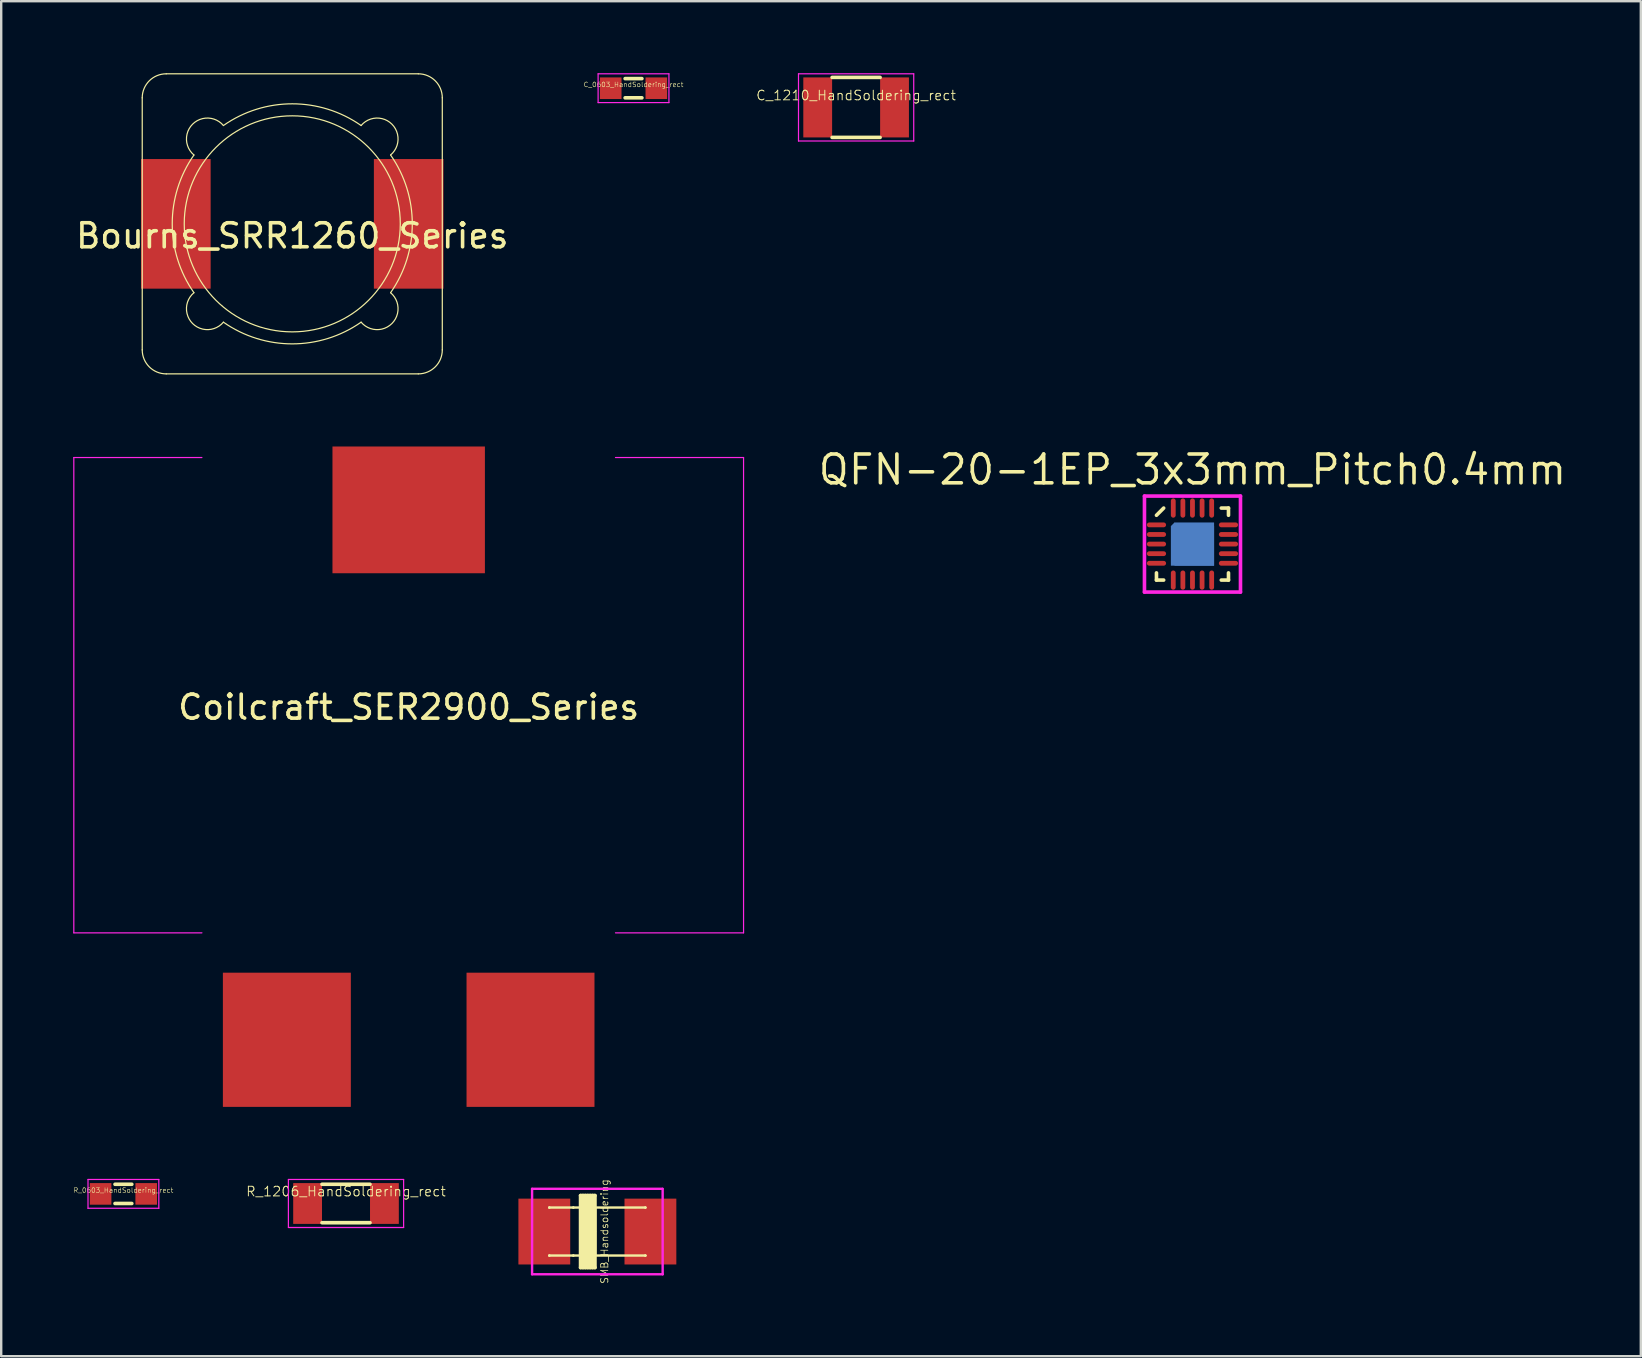
<source format=kicad_pcb>
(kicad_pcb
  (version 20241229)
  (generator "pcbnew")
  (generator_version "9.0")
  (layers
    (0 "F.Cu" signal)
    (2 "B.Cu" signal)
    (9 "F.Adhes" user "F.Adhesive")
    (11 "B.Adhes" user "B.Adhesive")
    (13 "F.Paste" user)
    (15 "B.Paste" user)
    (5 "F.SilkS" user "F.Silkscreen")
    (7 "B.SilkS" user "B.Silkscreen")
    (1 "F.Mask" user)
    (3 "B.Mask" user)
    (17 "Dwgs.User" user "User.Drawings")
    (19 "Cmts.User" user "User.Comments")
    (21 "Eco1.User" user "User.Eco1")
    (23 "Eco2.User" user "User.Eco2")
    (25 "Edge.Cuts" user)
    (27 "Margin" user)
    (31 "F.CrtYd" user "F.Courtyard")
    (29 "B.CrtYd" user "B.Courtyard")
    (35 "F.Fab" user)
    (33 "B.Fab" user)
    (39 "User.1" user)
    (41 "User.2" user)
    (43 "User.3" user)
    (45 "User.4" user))
  (footprint "C_0603_HandSoldering_rect"
    (layer "F.Cu")
    (at 23.341 0.625)
    (property "Reference" "C_0603_HandSoldering_rect" (at 0 -0.15 0) (layer "F.SilkS") (effects (font (size 0.2 0.2) (thickness 0.02))))
    (attr smd)
    (fp_line (start -0.35 -0.4) (end 0.35 -0.4) (stroke (width 0.15) (type solid)) (layer "F.SilkS"))
    (fp_line (start 0.35 0.4) (end -0.35 0.4) (stroke (width 0.15) (type solid)) (layer "F.SilkS"))
    (fp_line (start -1.475 -0.6) (end -1.475 0.6) (stroke (width 0.05) (type solid)) (layer "F.CrtYd"))
    (fp_line (start -1.475 -0.6) (end 1.475 -0.6) (stroke (width 0.05) (type solid)) (layer "F.CrtYd"))
    (fp_line (start -1.475 0.6) (end 1.475 0.6) (stroke (width 0.05) (type solid)) (layer "F.CrtYd"))
    (fp_line (start 1.475 -0.6) (end 1.475 0.6) (stroke (width 0.05) (type solid)) (layer "F.CrtYd"))
    (pad "1" smd rect (at -0.95 0) (size 0.9 0.9) (layers "F.Cu" "F.Mask" "F.Paste"))
    (pad "2" smd rect (at 0.95 0) (size 0.9 0.9) (layers "F.Cu" "F.Mask" "F.Paste")))
  (footprint "QFN-20-1EP_3x3mm_Pitch0.4mm"
    (layer "F.Cu")
    (at 46.626 19.615)
    (property "Reference" "QFN-20-1EP_3x3mm_Pitch0.4mm" (at 0 -3.1 0) (layer "F.SilkS") (effects (font (size 1.2 1.2) (thickness 0.15))))
    (attr through_hole)
    (fp_line (start -0.925 -0.8) (end -0.8 -0.925) (stroke (width 0.05) (type solid)) (layer "F.Mask"))
    (fp_line (start -0.875 -0.8) (end -0.8 -0.875) (stroke (width 0.05) (type solid)) (layer "F.Mask"))
    (fp_line (start -1.5 -1.2) (end -1.2 -1.5) (stroke (width 0.15) (type solid)) (layer "F.SilkS"))
    (fp_line (start -1.5 1.5) (end -1.5 1.2) (stroke (width 0.15) (type solid)) (layer "F.SilkS"))
    (fp_line (start -1.2 1.5) (end -1.5 1.5) (stroke (width 0.15) (type solid)) (layer "F.SilkS"))
    (fp_line (start 1.2 -1.5) (end 1.5 -1.5) (stroke (width 0.15) (type solid)) (layer "F.SilkS"))
    (fp_line (start 1.2 1.5) (end 1.5 1.5) (stroke (width 0.15) (type solid)) (layer "F.SilkS"))
    (fp_line (start 1.5 -1.5) (end 1.5 -1.2) (stroke (width 0.15) (type solid)) (layer "F.SilkS"))
    (fp_line (start 1.5 1.5) (end 1.5 1.2) (stroke (width 0.15) (type solid)) (layer "F.SilkS"))
    (fp_line (start -2 -2) (end 2 -2) (stroke (width 0.15) (type solid)) (layer "F.CrtYd"))
    (fp_line (start -2 2) (end -2 -2) (stroke (width 0.15) (type solid)) (layer "F.CrtYd"))
    (fp_line (start 2 -2) (end 2 2) (stroke (width 0.15) (type solid)) (layer "F.CrtYd"))
    (fp_line (start 2 2) (end -2 2) (stroke (width 0.15) (type solid)) (layer "F.CrtYd"))
    (pad "1" smd oval (at -1.5 -0.8 90) (size 0.2 0.8) (layers "F.Cu" "F.Mask" "F.Paste"))
    (pad "2" smd oval (at -1.5 -0.4 90) (size 0.2 0.8) (layers "F.Cu" "F.Mask" "F.Paste"))
    (pad "3" smd oval (at -1.5 0 90) (size 0.2 0.8) (layers "F.Cu" "F.Mask" "F.Paste"))
    (pad "4" smd oval (at -1.5 0.4 90) (size 0.2 0.8) (layers "F.Cu" "F.Mask" "F.Paste"))
    (pad "5" smd oval (at -1.5 0.8 90) (size 0.2 0.8) (layers "F.Cu" "F.Mask" "F.Paste"))
    (pad "6" smd oval (at -0.8 1.5) (size 0.2 0.8) (layers "F.Cu" "F.Mask" "F.Paste"))
    (pad "7" smd oval (at -0.4 1.5) (size 0.2 0.8) (layers "F.Cu" "F.Mask" "F.Paste"))
    (pad "8" smd oval (at 0 1.5) (size 0.2 0.8) (layers "F.Cu" "F.Mask" "F.Paste"))
    (pad "9" smd oval (at 0.4 1.5) (size 0.2 0.8) (layers "F.Cu" "F.Mask" "F.Paste"))
    (pad "10" smd oval (at 0.8 1.5) (size 0.2 0.8) (layers "F.Cu" "F.Mask" "F.Paste"))
    (pad "11" smd oval (at 1.5 0.8 90) (size 0.2 0.8) (layers "F.Cu" "F.Mask" "F.Paste"))
    (pad "12" smd oval (at 1.5 0.4 90) (size 0.2 0.8) (layers "F.Cu" "F.Mask" "F.Paste"))
    (pad "13" smd oval (at 1.5 0 90) (size 0.2 0.8) (layers "F.Cu" "F.Mask" "F.Paste"))
    (pad "14" smd oval (at 1.5 -0.4 90) (size 0.2 0.8) (layers "F.Cu" "F.Mask" "F.Paste"))
    (pad "15" smd oval (at 1.5 -0.8 90) (size 0.2 0.8) (layers "F.Cu" "F.Mask" "F.Paste"))
    (pad "16" smd oval (at 0.8 -1.5) (size 0.2 0.8) (layers "F.Cu" "F.Mask" "F.Paste"))
    (pad "17" smd oval (at 0.4 -1.5) (size 0.2 0.8) (layers "F.Cu" "F.Mask" "F.Paste"))
    (pad "18" smd oval (at 0 -1.5) (size 0.2 0.8) (layers "F.Cu" "F.Mask" "F.Paste"))
    (pad "19" smd oval (at -0.4 -1.5) (size 0.2 0.8) (layers "F.Cu" "F.Mask" "F.Paste"))
    (pad "20" smd oval (at -0.8 -1.5) (size 0.2 0.8) (layers "F.Cu" "F.Mask" "F.Paste"))
    (pad "PAD" smd rect (at -0.75 -0.75 45) (size 0.212 0.212) (layers "F.Mask" "B.Cu" "F.Paste"))
    (pad "PAD" smd rect (at 0 0.075) (size 1.8 1.65) (layers "F.Mask" "B.Cu" "F.Paste"))
    (pad "PAD" smd rect (at 0.075 0) (size 1.65 1.8) (layers "F.Mask" "B.Cu" "F.Paste")))
  (footprint "Coilcraft_SER2900_Series"
    (layer "F.Cu")
    (at 13.975 25.91)
    (property "Reference" "Coilcraft_SER2900_Series" (at 0 0.5 0) (layer "F.SilkS") (effects (font (size 1 1) (thickness 0.15))))
    (attr through_hole)
    (fp_line (start -13.95 -9.9) (end -13.95 9.9) (stroke (width 0.05) (type solid)) (layer "F.CrtYd"))
    (fp_line (start -13.95 -9.9) (end -8.615 -9.9) (stroke (width 0.05) (type solid)) (layer "F.CrtYd"))
    (fp_line (start -13.95 9.9) (end -8.615 9.9) (stroke (width 0.05) (type solid)) (layer "F.CrtYd"))
    (fp_line (start 13.95 -9.9) (end 8.615 -9.9) (stroke (width 0.05) (type solid)) (layer "F.CrtYd"))
    (fp_line (start 13.95 -9.9) (end 13.95 9.9) (stroke (width 0.05) (type solid)) (layer "F.CrtYd"))
    (fp_line (start 13.95 9.9) (end 8.615 9.9) (stroke (width 0.05) (type solid)) (layer "F.CrtYd"))
    (pad "1" smd rect (at -5.075 14.355) (size 5.33 5.59) (layers "F.Cu" "F.Mask" "F.Paste"))
    (pad "1" smd rect (at 5.075 14.355) (size 5.33 5.59) (layers "F.Cu" "F.Mask" "F.Paste"))
    (pad "3" smd rect (at 0 -7.72) (size 6.35 5.28) (layers "F.Cu" "F.Mask" "F.Paste")))
  (footprint "R_0603_HandSoldering_rect"
    (layer "F.Cu")
    (at 2.091 46.685)
    (property "Reference" "R_0603_HandSoldering_rect" (at 0 -0.15 0) (layer "F.SilkS") (effects (font (size 0.2 0.2) (thickness 0.02))))
    (attr smd)
    (fp_line (start -0.35 -0.4) (end 0.35 -0.4) (stroke (width 0.15) (type solid)) (layer "F.SilkS"))
    (fp_line (start 0.35 0.4) (end -0.35 0.4) (stroke (width 0.15) (type solid)) (layer "F.SilkS"))
    (fp_line (start -1.475 -0.6) (end -1.475 0.6) (stroke (width 0.05) (type solid)) (layer "F.CrtYd"))
    (fp_line (start -1.475 -0.6) (end 1.475 -0.6) (stroke (width 0.05) (type solid)) (layer "F.CrtYd"))
    (fp_line (start -1.475 0.6) (end 1.475 0.6) (stroke (width 0.05) (type solid)) (layer "F.CrtYd"))
    (fp_line (start 1.475 -0.6) (end 1.475 0.6) (stroke (width 0.05) (type solid)) (layer "F.CrtYd"))
    (pad "1" smd rect (at -0.95 0) (size 0.9 0.9) (layers "F.Cu" "F.Mask" "F.Paste"))
    (pad "2" smd rect (at 0.95 0) (size 0.9 0.9) (layers "F.Cu" "F.Mask" "F.Paste")))
  (footprint "Bourns_SRR1260_Series"
    (layer "F.Cu")
    (at 9.125 6.275)
    (property "Reference" "Bourns_SRR1260_Series" (at 0 0.5 0) (layer "F.SilkS") (effects (font (size 1 1) (thickness 0.15))))
    (attr through_hole)
    (fp_line (start -6.25 5.25) (end -6.25 -5.25) (stroke (width 0.05) (type solid)) (layer "F.SilkS"))
    (fp_line (start -5.25 -6.25) (end 5.25 -6.25) (stroke (width 0.05) (type solid)) (layer "F.SilkS"))
    (fp_line (start -5.25 6.25) (end 5.25 6.25) (stroke (width 0.05) (type solid)) (layer "F.SilkS"))
    (fp_line (start 6.25 5.25) (end 6.25 -5.25) (stroke (width 0.05) (type solid)) (layer "F.SilkS"))
    (fp_arc (start -6.25 -5.25) (mid -5.957107 -5.957107) (end -5.25 -6.25) (stroke (width 0.05) (type solid)) (layer "F.SilkS"))
    (fp_arc (start -5.25 6.25) (mid -5.957107 5.957107) (end -6.25 5.25) (stroke (width 0.05) (type solid)) (layer "F.SilkS"))
    (fp_arc (start -4.0958 -2.8679) (mid -4.151726 -4.151853) (end -2.867785 -4.095663) (stroke (width 0.05) (type solid)) (layer "F.SilkS"))
    (fp_arc (start -4.0958 2.8679) (mid -5.000043 -0.000008) (end -4.095791 -2.867913) (stroke (width 0.05) (type solid)) (layer "F.SilkS"))
    (fp_arc (start -2.8679 -4.0958) (mid 0.000008 -5.000043) (end 2.867913 -4.095791) (stroke (width 0.05) (type solid)) (layer "F.SilkS"))
    (fp_arc (start -2.8679 4.0958) (mid -4.151853 4.151726) (end -4.095663 2.867785) (stroke (width 0.05) (type solid)) (layer "F.SilkS"))
    (fp_arc (start 2.8679 -4.0958) (mid 4.151853 -4.151726) (end 4.095663 -2.867785) (stroke (width 0.05) (type solid)) (layer "F.SilkS"))
    (fp_arc (start 2.8679 4.0958) (mid -0.000008 5.000043) (end -2.867913 4.095791) (stroke (width 0.05) (type solid)) (layer "F.SilkS"))
    (fp_arc (start 4.0958 -2.8679) (mid 5.000043 0.000008) (end 4.095791 2.867913) (stroke (width 0.05) (type solid)) (layer "F.SilkS"))
    (fp_arc (start 4.0958 2.8679) (mid 4.151726 4.151853) (end 2.867785 4.095663) (stroke (width 0.05) (type solid)) (layer "F.SilkS"))
    (fp_arc (start 5.25 -6.25) (mid 5.957107 -5.957107) (end 6.25 -5.25) (stroke (width 0.05) (type solid)) (layer "F.SilkS"))
    (fp_arc (start 6.25 5.25) (mid 5.957107 5.957107) (end 5.25 6.25) (stroke (width 0.05) (type solid)) (layer "F.SilkS"))
    (fp_circle (center 0 0) (end 4.5 0) (stroke (width 0.05) (type solid)) (fill no) (layer "F.SilkS"))
    (pad "1" smd rect (at -4.85 0) (size 2.9 5.4) (layers "F.Cu" "F.Mask" "F.Paste"))
    (pad "2" smd rect (at 4.85 0) (size 2.9 5.4) (layers "F.Cu" "F.Mask" "F.Paste")))
  (footprint "R_1206_HandSoldering_rect"
    (layer "F.Cu")
    (at 11.364 47.085)
    (property "Reference" "R_1206_HandSoldering_rect" (at 0 -0.5 0) (layer "F.SilkS") (effects (font (size 0.4 0.4) (thickness 0.04))))
    (attr smd)
    (fp_line (start -1 0.8) (end 1 0.8) (stroke (width 0.15) (type solid)) (layer "F.SilkS"))
    (fp_line (start 1 -0.8) (end -1 -0.8) (stroke (width 0.15) (type solid)) (layer "F.SilkS"))
    (fp_line (start -2.4 -1) (end -2.4 1) (stroke (width 0.05) (type solid)) (layer "F.CrtYd"))
    (fp_line (start -2.4 -1) (end 2.4 -1) (stroke (width 0.05) (type solid)) (layer "F.CrtYd"))
    (fp_line (start -2.4 1) (end 2.4 1) (stroke (width 0.05) (type solid)) (layer "F.CrtYd"))
    (fp_line (start 2.4 -1) (end 2.4 1) (stroke (width 0.05) (type solid)) (layer "F.CrtYd"))
    (pad "1" smd rect (at -1.6 0) (size 1.2 1.7) (layers "F.Cu" "F.Mask" "F.Paste"))
    (pad "2" smd rect (at 1.6 0) (size 1.2 1.7) (layers "F.Cu" "F.Mask" "F.Paste")))
  (footprint "C_1210_HandSoldering_rect"
    (layer "F.Cu")
    (at 32.614 1.425)
    (property "Reference" "C_1210_HandSoldering_rect" (at 0 -0.5 0) (layer "F.SilkS") (effects (font (size 0.4 0.4) (thickness 0.04))))
    (attr smd)
    (fp_line (start -1 1.25) (end 1 1.25) (stroke (width 0.15) (type solid)) (layer "F.SilkS"))
    (fp_line (start 1 -1.25) (end -1 -1.25) (stroke (width 0.15) (type solid)) (layer "F.SilkS"))
    (fp_line (start -2.4 -1.4) (end -2.4 1.4) (stroke (width 0.05) (type solid)) (layer "F.CrtYd"))
    (fp_line (start -2.4 -1.4) (end 2.4 -1.4) (stroke (width 0.05) (type solid)) (layer "F.CrtYd"))
    (fp_line (start -2.4 1.4) (end 2.4 1.4) (stroke (width 0.05) (type solid)) (layer "F.CrtYd"))
    (fp_line (start 2.4 -1.4) (end 2.4 1.4) (stroke (width 0.05) (type solid)) (layer "F.CrtYd"))
    (pad "1" smd rect (at -1.6 0) (size 1.2 2.5) (layers "F.Cu" "F.Mask" "F.Paste"))
    (pad "2" smd rect (at 1.6 0) (size 1.2 2.5) (layers "F.Cu" "F.Mask" "F.Paste")))
  (footprint "SMB_Handsoldering"
    (layer "F.Cu")
    (at 21.835 48.254)
    (property "Reference" "SMB_Handsoldering" (at 0.3 0 90) (layer "F.SilkS") (effects (font (size 0.3 0.3) (thickness 0.03))))
    (attr smd)
    (fp_line (start -2 -1) (end -2 -1) (stroke (width 0.1) (type solid)) (layer "F.SilkS"))
    (fp_line (start -2 -1) (end -2 -1) (stroke (width 0.1) (type solid)) (layer "F.SilkS"))
    (fp_line (start -2 -1) (end 2 -1) (stroke (width 0.1) (type solid)) (layer "F.SilkS"))
    (fp_line (start -2 1) (end -2 1) (stroke (width 0.1) (type solid)) (layer "F.SilkS"))
    (fp_line (start -2 1) (end -2 1) (stroke (width 0.1) (type solid)) (layer "F.SilkS"))
    (fp_line (start -2 1) (end 2 1) (stroke (width 0.1) (type solid)) (layer "F.SilkS"))
    (fp_line (start -1 -1) (end -1 -1) (stroke (width 0.1) (type solid)) (layer "F.SilkS"))
    (fp_line (start -1 -1) (end -1 -1) (stroke (width 0.1) (type solid)) (layer "F.SilkS"))
    (fp_line (start -1 1) (end -1 1) (stroke (width 0.1) (type solid)) (layer "F.SilkS"))
    (fp_line (start -1 1) (end -1 1) (stroke (width 0.1) (type solid)) (layer "F.SilkS"))
    (fp_line (start -0.7 -1.5) (end -0.7 1.5) (stroke (width 0.15) (type solid)) (layer "F.SilkS"))
    (fp_line (start -0.7 -1.5) (end -0.1 -1.5) (stroke (width 0.15) (type solid)) (layer "F.SilkS"))
    (fp_line (start -0.7 1.5) (end -0.1 1.5) (stroke (width 0.15) (type solid)) (layer "F.SilkS"))
    (fp_line (start -0.6 1.5) (end -0.6 -1.5) (stroke (width 0.15) (type solid)) (layer "F.SilkS"))
    (fp_line (start -0.5 -1.5) (end -0.5 1.5) (stroke (width 0.15) (type solid)) (layer "F.SilkS"))
    (fp_line (start -0.4 1.5) (end -0.4 -1.5) (stroke (width 0.15) (type solid)) (layer "F.SilkS"))
    (fp_line (start -0.3 -1.5) (end -0.3 1.5) (stroke (width 0.15) (type solid)) (layer "F.SilkS"))
    (fp_line (start -0.2 1.5) (end -0.2 -1.5) (stroke (width 0.15) (type solid)) (layer "F.SilkS"))
    (fp_line (start -0.1 -1.5) (end -0.1 1.5) (stroke (width 0.15) (type solid)) (layer "F.SilkS"))
    (fp_line (start -0.1 -1) (end -0.1 1) (stroke (width 0.1) (type solid)) (layer "F.SilkS"))
    (fp_line (start -0.1 0) (end -0.1 -1) (stroke (width 0.1) (type solid)) (layer "F.SilkS"))
    (fp_line (start -0.1 0) (end -0.1 -1) (stroke (width 0.1) (type solid)) (layer "F.SilkS"))
    (fp_line (start -0.1 0) (end -0.1 1) (stroke (width 0.1) (type solid)) (layer "F.SilkS"))
    (fp_line (start -0.1 1) (end -0.1 0) (stroke (width 0.1) (type solid)) (layer "F.SilkS"))
    (fp_line (start 2 -1) (end 2 -1) (stroke (width 0.1) (type solid)) (layer "F.SilkS"))
    (fp_line (start 2 -1) (end 2 -1) (stroke (width 0.1) (type solid)) (layer "F.SilkS"))
    (fp_line (start 2 1) (end 2 1) (stroke (width 0.1) (type solid)) (layer "F.SilkS"))
    (fp_line (start 2 1) (end 2 1) (stroke (width 0.1) (type solid)) (layer "F.SilkS"))
    (fp_line (start -2.72 -1.78) (end 2.71 -1.78) (stroke (width 0.1) (type solid)) (layer "F.CrtYd"))
    (fp_line (start -2.72 1.78) (end -2.72 -1.78) (stroke (width 0.1) (type solid)) (layer "F.CrtYd"))
    (fp_line (start 2.72 -1.78) (end 2.72 1.78) (stroke (width 0.1) (type solid)) (layer "F.CrtYd"))
    (fp_line (start 2.72 1.78) (end -2.72 1.78) (stroke (width 0.1) (type solid)) (layer "F.CrtYd"))
    (pad "A" smd rect (at 2.21 0) (size 2.159 2.743) (layers "F.Cu" "F.Mask" "F.Paste"))
    (pad "C" smd rect (at -2.21 0) (size 2.159 2.743) (layers "F.Cu" "F.Mask" "F.Paste")))
  (gr_rect
    (start -3 -3)
    (end 65.303 53.447)
    (stroke (width 0.1) (type default))
    (fill no)
    (layer "Edge.Cuts")))
</source>
